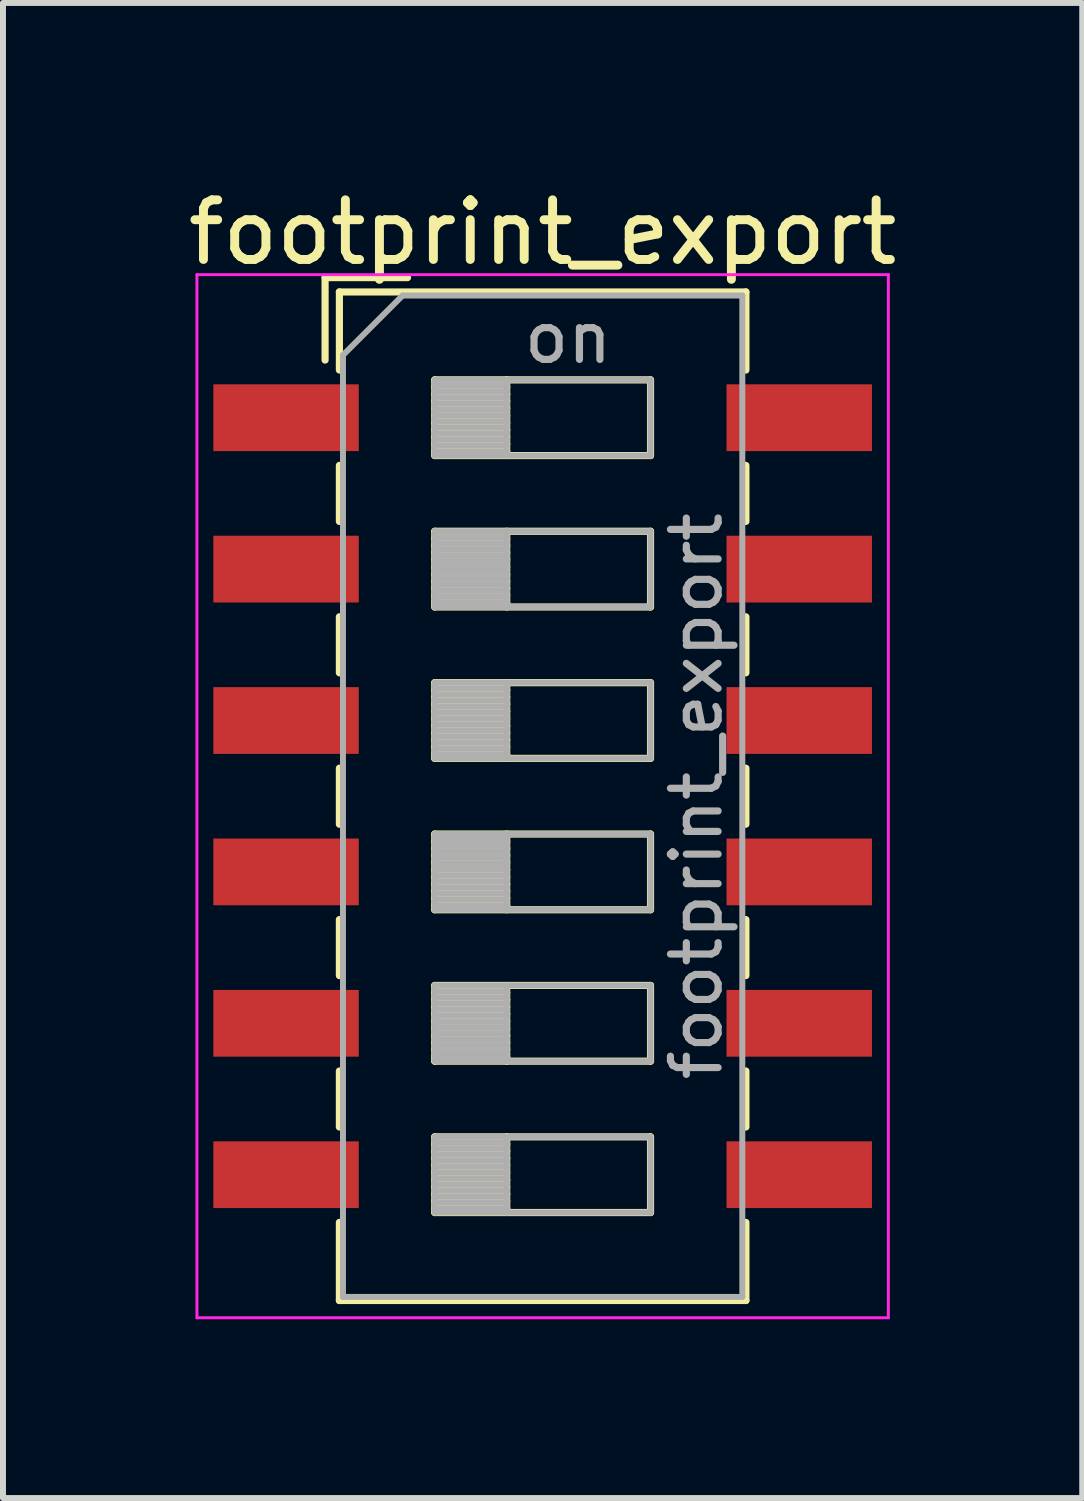
<source format=kicad_pcb>
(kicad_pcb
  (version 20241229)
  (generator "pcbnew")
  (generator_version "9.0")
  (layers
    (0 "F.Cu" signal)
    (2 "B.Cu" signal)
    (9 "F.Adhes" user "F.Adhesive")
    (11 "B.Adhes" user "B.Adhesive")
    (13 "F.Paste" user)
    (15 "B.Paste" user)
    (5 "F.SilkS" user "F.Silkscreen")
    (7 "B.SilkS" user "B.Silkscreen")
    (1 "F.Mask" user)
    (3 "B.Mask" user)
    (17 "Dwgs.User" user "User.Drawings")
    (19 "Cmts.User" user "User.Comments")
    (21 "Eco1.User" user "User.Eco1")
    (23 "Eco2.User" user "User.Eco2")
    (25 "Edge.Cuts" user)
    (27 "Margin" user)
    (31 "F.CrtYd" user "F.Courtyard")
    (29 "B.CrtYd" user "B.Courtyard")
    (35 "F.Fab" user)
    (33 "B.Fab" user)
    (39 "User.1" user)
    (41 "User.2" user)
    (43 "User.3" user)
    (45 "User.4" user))
  (footprint "footprint_export"
    (layer "F.Cu")
    (at 6.054 10.308)
    (property "Reference" "footprint_export" (at 0 -9.46 0) (layer "F.SilkS") (effects (font (size 1 1) (thickness 0.15))))
    (attr smd)
    (fp_line (start -3.65 -8.7) (end -3.65 -7.317) (stroke (width 0.12) (type solid)) (layer "F.SilkS"))
    (fp_line (start -3.65 -8.7) (end -2.267 -8.7) (stroke (width 0.12) (type solid)) (layer "F.SilkS"))
    (fp_line (start -3.41 -8.46) (end -3.41 -7.15) (stroke (width 0.12) (type solid)) (layer "F.SilkS"))
    (fp_line (start -3.41 -8.46) (end 3.41 -8.46) (stroke (width 0.12) (type solid)) (layer "F.SilkS"))
    (fp_line (start -3.41 -5.55) (end -3.41 -4.61) (stroke (width 0.12) (type solid)) (layer "F.SilkS"))
    (fp_line (start -3.41 -3.01) (end -3.41 -2.07) (stroke (width 0.12) (type solid)) (layer "F.SilkS"))
    (fp_line (start -3.41 -0.47) (end -3.41 0.47) (stroke (width 0.12) (type solid)) (layer "F.SilkS"))
    (fp_line (start -3.41 2.07) (end -3.41 3.01) (stroke (width 0.12) (type solid)) (layer "F.SilkS"))
    (fp_line (start -3.41 4.61) (end -3.41 5.55) (stroke (width 0.12) (type solid)) (layer "F.SilkS"))
    (fp_line (start -3.41 7.15) (end -3.41 8.461) (stroke (width 0.12) (type solid)) (layer "F.SilkS"))
    (fp_line (start -3.41 8.461) (end 3.41 8.461) (stroke (width 0.12) (type solid)) (layer "F.SilkS"))
    (fp_line (start -1.81 -6.985) (end -1.81 -5.715) (stroke (width 0.12) (type solid)) (layer "F.SilkS"))
    (fp_line (start -1.81 -6.865) (end -0.603 -6.865) (stroke (width 0.12) (type solid)) (layer "F.SilkS"))
    (fp_line (start -1.81 -6.745) (end -0.603 -6.745) (stroke (width 0.12) (type solid)) (layer "F.SilkS"))
    (fp_line (start -1.81 -6.625) (end -0.603 -6.625) (stroke (width 0.12) (type solid)) (layer "F.SilkS"))
    (fp_line (start -1.81 -6.505) (end -0.603 -6.505) (stroke (width 0.12) (type solid)) (layer "F.SilkS"))
    (fp_line (start -1.81 -6.385) (end -0.603 -6.385) (stroke (width 0.12) (type solid)) (layer "F.SilkS"))
    (fp_line (start -1.81 -6.265) (end -0.603 -6.265) (stroke (width 0.12) (type solid)) (layer "F.SilkS"))
    (fp_line (start -1.81 -6.145) (end -0.603 -6.145) (stroke (width 0.12) (type solid)) (layer "F.SilkS"))
    (fp_line (start -1.81 -6.025) (end -0.603 -6.025) (stroke (width 0.12) (type solid)) (layer "F.SilkS"))
    (fp_line (start -1.81 -5.905) (end -0.603 -5.905) (stroke (width 0.12) (type solid)) (layer "F.SilkS"))
    (fp_line (start -1.81 -5.785) (end -0.603 -5.785) (stroke (width 0.12) (type solid)) (layer "F.SilkS"))
    (fp_line (start -1.81 -5.715) (end 1.81 -5.715) (stroke (width 0.12) (type solid)) (layer "F.SilkS"))
    (fp_line (start -1.81 -4.445) (end -1.81 -3.175) (stroke (width 0.12) (type solid)) (layer "F.SilkS"))
    (fp_line (start -1.81 -4.325) (end -0.603 -4.325) (stroke (width 0.12) (type solid)) (layer "F.SilkS"))
    (fp_line (start -1.81 -4.205) (end -0.603 -4.205) (stroke (width 0.12) (type solid)) (layer "F.SilkS"))
    (fp_line (start -1.81 -4.085) (end -0.603 -4.085) (stroke (width 0.12) (type solid)) (layer "F.SilkS"))
    (fp_line (start -1.81 -3.965) (end -0.603 -3.965) (stroke (width 0.12) (type solid)) (layer "F.SilkS"))
    (fp_line (start -1.81 -3.845) (end -0.603 -3.845) (stroke (width 0.12) (type solid)) (layer "F.SilkS"))
    (fp_line (start -1.81 -3.725) (end -0.603 -3.725) (stroke (width 0.12) (type solid)) (layer "F.SilkS"))
    (fp_line (start -1.81 -3.605) (end -0.603 -3.605) (stroke (width 0.12) (type solid)) (layer "F.SilkS"))
    (fp_line (start -1.81 -3.485) (end -0.603 -3.485) (stroke (width 0.12) (type solid)) (layer "F.SilkS"))
    (fp_line (start -1.81 -3.365) (end -0.603 -3.365) (stroke (width 0.12) (type solid)) (layer "F.SilkS"))
    (fp_line (start -1.81 -3.245) (end -0.603 -3.245) (stroke (width 0.12) (type solid)) (layer "F.SilkS"))
    (fp_line (start -1.81 -3.175) (end 1.81 -3.175) (stroke (width 0.12) (type solid)) (layer "F.SilkS"))
    (fp_line (start -1.81 -1.905) (end -1.81 -0.635) (stroke (width 0.12) (type solid)) (layer "F.SilkS"))
    (fp_line (start -1.81 -1.785) (end -0.603 -1.785) (stroke (width 0.12) (type solid)) (layer "F.SilkS"))
    (fp_line (start -1.81 -1.665) (end -0.603 -1.665) (stroke (width 0.12) (type solid)) (layer "F.SilkS"))
    (fp_line (start -1.81 -1.545) (end -0.603 -1.545) (stroke (width 0.12) (type solid)) (layer "F.SilkS"))
    (fp_line (start -1.81 -1.425) (end -0.603 -1.425) (stroke (width 0.12) (type solid)) (layer "F.SilkS"))
    (fp_line (start -1.81 -1.305) (end -0.603 -1.305) (stroke (width 0.12) (type solid)) (layer "F.SilkS"))
    (fp_line (start -1.81 -1.185) (end -0.603 -1.185) (stroke (width 0.12) (type solid)) (layer "F.SilkS"))
    (fp_line (start -1.81 -1.065) (end -0.603 -1.065) (stroke (width 0.12) (type solid)) (layer "F.SilkS"))
    (fp_line (start -1.81 -0.945) (end -0.603 -0.945) (stroke (width 0.12) (type solid)) (layer "F.SilkS"))
    (fp_line (start -1.81 -0.825) (end -0.603 -0.825) (stroke (width 0.12) (type solid)) (layer "F.SilkS"))
    (fp_line (start -1.81 -0.705) (end -0.603 -0.705) (stroke (width 0.12) (type solid)) (layer "F.SilkS"))
    (fp_line (start -1.81 -0.635) (end 1.81 -0.635) (stroke (width 0.12) (type solid)) (layer "F.SilkS"))
    (fp_line (start -1.81 0.635) (end -1.81 1.905) (stroke (width 0.12) (type solid)) (layer "F.SilkS"))
    (fp_line (start -1.81 0.755) (end -0.603 0.755) (stroke (width 0.12) (type solid)) (layer "F.SilkS"))
    (fp_line (start -1.81 0.875) (end -0.603 0.875) (stroke (width 0.12) (type solid)) (layer "F.SilkS"))
    (fp_line (start -1.81 0.995) (end -0.603 0.995) (stroke (width 0.12) (type solid)) (layer "F.SilkS"))
    (fp_line (start -1.81 1.115) (end -0.603 1.115) (stroke (width 0.12) (type solid)) (layer "F.SilkS"))
    (fp_line (start -1.81 1.235) (end -0.603 1.235) (stroke (width 0.12) (type solid)) (layer "F.SilkS"))
    (fp_line (start -1.81 1.355) (end -0.603 1.355) (stroke (width 0.12) (type solid)) (layer "F.SilkS"))
    (fp_line (start -1.81 1.475) (end -0.603 1.475) (stroke (width 0.12) (type solid)) (layer "F.SilkS"))
    (fp_line (start -1.81 1.595) (end -0.603 1.595) (stroke (width 0.12) (type solid)) (layer "F.SilkS"))
    (fp_line (start -1.81 1.715) (end -0.603 1.715) (stroke (width 0.12) (type solid)) (layer "F.SilkS"))
    (fp_line (start -1.81 1.835) (end -0.603 1.835) (stroke (width 0.12) (type solid)) (layer "F.SilkS"))
    (fp_line (start -1.81 1.905) (end 1.81 1.905) (stroke (width 0.12) (type solid)) (layer "F.SilkS"))
    (fp_line (start -1.81 3.175) (end -1.81 4.445) (stroke (width 0.12) (type solid)) (layer "F.SilkS"))
    (fp_line (start -1.81 3.295) (end -0.603 3.295) (stroke (width 0.12) (type solid)) (layer "F.SilkS"))
    (fp_line (start -1.81 3.415) (end -0.603 3.415) (stroke (width 0.12) (type solid)) (layer "F.SilkS"))
    (fp_line (start -1.81 3.535) (end -0.603 3.535) (stroke (width 0.12) (type solid)) (layer "F.SilkS"))
    (fp_line (start -1.81 3.655) (end -0.603 3.655) (stroke (width 0.12) (type solid)) (layer "F.SilkS"))
    (fp_line (start -1.81 3.775) (end -0.603 3.775) (stroke (width 0.12) (type solid)) (layer "F.SilkS"))
    (fp_line (start -1.81 3.895) (end -0.603 3.895) (stroke (width 0.12) (type solid)) (layer "F.SilkS"))
    (fp_line (start -1.81 4.015) (end -0.603 4.015) (stroke (width 0.12) (type solid)) (layer "F.SilkS"))
    (fp_line (start -1.81 4.135) (end -0.603 4.135) (stroke (width 0.12) (type solid)) (layer "F.SilkS"))
    (fp_line (start -1.81 4.255) (end -0.603 4.255) (stroke (width 0.12) (type solid)) (layer "F.SilkS"))
    (fp_line (start -1.81 4.375) (end -0.603 4.375) (stroke (width 0.12) (type solid)) (layer "F.SilkS"))
    (fp_line (start -1.81 4.445) (end 1.81 4.445) (stroke (width 0.12) (type solid)) (layer "F.SilkS"))
    (fp_line (start -1.81 5.715) (end -1.81 6.985) (stroke (width 0.12) (type solid)) (layer "F.SilkS"))
    (fp_line (start -1.81 5.835) (end -0.603 5.835) (stroke (width 0.12) (type solid)) (layer "F.SilkS"))
    (fp_line (start -1.81 5.955) (end -0.603 5.955) (stroke (width 0.12) (type solid)) (layer "F.SilkS"))
    (fp_line (start -1.81 6.075) (end -0.603 6.075) (stroke (width 0.12) (type solid)) (layer "F.SilkS"))
    (fp_line (start -1.81 6.195) (end -0.603 6.195) (stroke (width 0.12) (type solid)) (layer "F.SilkS"))
    (fp_line (start -1.81 6.315) (end -0.603 6.315) (stroke (width 0.12) (type solid)) (layer "F.SilkS"))
    (fp_line (start -1.81 6.435) (end -0.603 6.435) (stroke (width 0.12) (type solid)) (layer "F.SilkS"))
    (fp_line (start -1.81 6.555) (end -0.603 6.555) (stroke (width 0.12) (type solid)) (layer "F.SilkS"))
    (fp_line (start -1.81 6.675) (end -0.603 6.675) (stroke (width 0.12) (type solid)) (layer "F.SilkS"))
    (fp_line (start -1.81 6.795) (end -0.603 6.795) (stroke (width 0.12) (type solid)) (layer "F.SilkS"))
    (fp_line (start -1.81 6.915) (end -0.603 6.915) (stroke (width 0.12) (type solid)) (layer "F.SilkS"))
    (fp_line (start -1.81 6.985) (end 1.81 6.985) (stroke (width 0.12) (type solid)) (layer "F.SilkS"))
    (fp_line (start -0.603 -6.985) (end -0.603 -5.715) (stroke (width 0.12) (type solid)) (layer "F.SilkS"))
    (fp_line (start -0.603 -4.445) (end -0.603 -3.175) (stroke (width 0.12) (type solid)) (layer "F.SilkS"))
    (fp_line (start -0.603 -1.905) (end -0.603 -0.635) (stroke (width 0.12) (type solid)) (layer "F.SilkS"))
    (fp_line (start -0.603 0.635) (end -0.603 1.905) (stroke (width 0.12) (type solid)) (layer "F.SilkS"))
    (fp_line (start -0.603 3.175) (end -0.603 4.445) (stroke (width 0.12) (type solid)) (layer "F.SilkS"))
    (fp_line (start -0.603 5.715) (end -0.603 6.985) (stroke (width 0.12) (type solid)) (layer "F.SilkS"))
    (fp_line (start 1.81 -6.985) (end -1.81 -6.985) (stroke (width 0.12) (type solid)) (layer "F.SilkS"))
    (fp_line (start 1.81 -5.715) (end 1.81 -6.985) (stroke (width 0.12) (type solid)) (layer "F.SilkS"))
    (fp_line (start 1.81 -4.445) (end -1.81 -4.445) (stroke (width 0.12) (type solid)) (layer "F.SilkS"))
    (fp_line (start 1.81 -3.175) (end 1.81 -4.445) (stroke (width 0.12) (type solid)) (layer "F.SilkS"))
    (fp_line (start 1.81 -1.905) (end -1.81 -1.905) (stroke (width 0.12) (type solid)) (layer "F.SilkS"))
    (fp_line (start 1.81 -0.635) (end 1.81 -1.905) (stroke (width 0.12) (type solid)) (layer "F.SilkS"))
    (fp_line (start 1.81 0.635) (end -1.81 0.635) (stroke (width 0.12) (type solid)) (layer "F.SilkS"))
    (fp_line (start 1.81 1.905) (end 1.81 0.635) (stroke (width 0.12) (type solid)) (layer "F.SilkS"))
    (fp_line (start 1.81 3.175) (end -1.81 3.175) (stroke (width 0.12) (type solid)) (layer "F.SilkS"))
    (fp_line (start 1.81 4.445) (end 1.81 3.175) (stroke (width 0.12) (type solid)) (layer "F.SilkS"))
    (fp_line (start 1.81 5.715) (end -1.81 5.715) (stroke (width 0.12) (type solid)) (layer "F.SilkS"))
    (fp_line (start 1.81 6.985) (end 1.81 5.715) (stroke (width 0.12) (type solid)) (layer "F.SilkS"))
    (fp_line (start 3.41 -8.46) (end 3.41 -7.15) (stroke (width 0.12) (type solid)) (layer "F.SilkS"))
    (fp_line (start 3.41 -5.55) (end 3.41 -4.61) (stroke (width 0.12) (type solid)) (layer "F.SilkS"))
    (fp_line (start 3.41 -3.01) (end 3.41 -2.07) (stroke (width 0.12) (type solid)) (layer "F.SilkS"))
    (fp_line (start 3.41 -0.47) (end 3.41 0.47) (stroke (width 0.12) (type solid)) (layer "F.SilkS"))
    (fp_line (start 3.41 2.07) (end 3.41 3.01) (stroke (width 0.12) (type solid)) (layer "F.SilkS"))
    (fp_line (start 3.41 4.61) (end 3.41 5.55) (stroke (width 0.12) (type solid)) (layer "F.SilkS"))
    (fp_line (start 3.41 7.15) (end 3.41 8.461) (stroke (width 0.12) (type solid)) (layer "F.SilkS"))
    (fp_line (start -5.8 -8.75) (end -5.8 8.75) (stroke (width 0.05) (type solid)) (layer "F.CrtYd"))
    (fp_line (start -5.8 8.75) (end 5.8 8.75) (stroke (width 0.05) (type solid)) (layer "F.CrtYd"))
    (fp_line (start 5.8 -8.75) (end -5.8 -8.75) (stroke (width 0.05) (type solid)) (layer "F.CrtYd"))
    (fp_line (start 5.8 8.75) (end 5.8 -8.75) (stroke (width 0.05) (type solid)) (layer "F.CrtYd"))
    (fp_line (start -3.35 -7.4) (end -2.35 -8.4) (stroke (width 0.1) (type solid)) (layer "F.Fab"))
    (fp_line (start -3.35 8.4) (end -3.35 -7.4) (stroke (width 0.1) (type solid)) (layer "F.Fab"))
    (fp_line (start -2.35 -8.4) (end 3.35 -8.4) (stroke (width 0.1) (type solid)) (layer "F.Fab"))
    (fp_line (start -1.81 -6.985) (end -1.81 -5.715) (stroke (width 0.1) (type solid)) (layer "F.Fab"))
    (fp_line (start -1.81 -6.885) (end -0.603 -6.885) (stroke (width 0.1) (type solid)) (layer "F.Fab"))
    (fp_line (start -1.81 -6.785) (end -0.603 -6.785) (stroke (width 0.1) (type solid)) (layer "F.Fab"))
    (fp_line (start -1.81 -6.685) (end -0.603 -6.685) (stroke (width 0.1) (type solid)) (layer "F.Fab"))
    (fp_line (start -1.81 -6.585) (end -0.603 -6.585) (stroke (width 0.1) (type solid)) (layer "F.Fab"))
    (fp_line (start -1.81 -6.485) (end -0.603 -6.485) (stroke (width 0.1) (type solid)) (layer "F.Fab"))
    (fp_line (start -1.81 -6.385) (end -0.603 -6.385) (stroke (width 0.1) (type solid)) (layer "F.Fab"))
    (fp_line (start -1.81 -6.285) (end -0.603 -6.285) (stroke (width 0.1) (type solid)) (layer "F.Fab"))
    (fp_line (start -1.81 -6.185) (end -0.603 -6.185) (stroke (width 0.1) (type solid)) (layer "F.Fab"))
    (fp_line (start -1.81 -6.085) (end -0.603 -6.085) (stroke (width 0.1) (type solid)) (layer "F.Fab"))
    (fp_line (start -1.81 -5.985) (end -0.603 -5.985) (stroke (width 0.1) (type solid)) (layer "F.Fab"))
    (fp_line (start -1.81 -5.885) (end -0.603 -5.885) (stroke (width 0.1) (type solid)) (layer "F.Fab"))
    (fp_line (start -1.81 -5.785) (end -0.603 -5.785) (stroke (width 0.1) (type solid)) (layer "F.Fab"))
    (fp_line (start -1.81 -5.715) (end 1.81 -5.715) (stroke (width 0.1) (type solid)) (layer "F.Fab"))
    (fp_line (start -1.81 -4.445) (end -1.81 -3.175) (stroke (width 0.1) (type solid)) (layer "F.Fab"))
    (fp_line (start -1.81 -4.345) (end -0.603 -4.345) (stroke (width 0.1) (type solid)) (layer "F.Fab"))
    (fp_line (start -1.81 -4.245) (end -0.603 -4.245) (stroke (width 0.1) (type solid)) (layer "F.Fab"))
    (fp_line (start -1.81 -4.145) (end -0.603 -4.145) (stroke (width 0.1) (type solid)) (layer "F.Fab"))
    (fp_line (start -1.81 -4.045) (end -0.603 -4.045) (stroke (width 0.1) (type solid)) (layer "F.Fab"))
    (fp_line (start -1.81 -3.945) (end -0.603 -3.945) (stroke (width 0.1) (type solid)) (layer "F.Fab"))
    (fp_line (start -1.81 -3.845) (end -0.603 -3.845) (stroke (width 0.1) (type solid)) (layer "F.Fab"))
    (fp_line (start -1.81 -3.745) (end -0.603 -3.745) (stroke (width 0.1) (type solid)) (layer "F.Fab"))
    (fp_line (start -1.81 -3.645) (end -0.603 -3.645) (stroke (width 0.1) (type solid)) (layer "F.Fab"))
    (fp_line (start -1.81 -3.545) (end -0.603 -3.545) (stroke (width 0.1) (type solid)) (layer "F.Fab"))
    (fp_line (start -1.81 -3.445) (end -0.603 -3.445) (stroke (width 0.1) (type solid)) (layer "F.Fab"))
    (fp_line (start -1.81 -3.345) (end -0.603 -3.345) (stroke (width 0.1) (type solid)) (layer "F.Fab"))
    (fp_line (start -1.81 -3.245) (end -0.603 -3.245) (stroke (width 0.1) (type solid)) (layer "F.Fab"))
    (fp_line (start -1.81 -3.175) (end 1.81 -3.175) (stroke (width 0.1) (type solid)) (layer "F.Fab"))
    (fp_line (start -1.81 -1.905) (end -1.81 -0.635) (stroke (width 0.1) (type solid)) (layer "F.Fab"))
    (fp_line (start -1.81 -1.805) (end -0.603 -1.805) (stroke (width 0.1) (type solid)) (layer "F.Fab"))
    (fp_line (start -1.81 -1.705) (end -0.603 -1.705) (stroke (width 0.1) (type solid)) (layer "F.Fab"))
    (fp_line (start -1.81 -1.605) (end -0.603 -1.605) (stroke (width 0.1) (type solid)) (layer "F.Fab"))
    (fp_line (start -1.81 -1.505) (end -0.603 -1.505) (stroke (width 0.1) (type solid)) (layer "F.Fab"))
    (fp_line (start -1.81 -1.405) (end -0.603 -1.405) (stroke (width 0.1) (type solid)) (layer "F.Fab"))
    (fp_line (start -1.81 -1.305) (end -0.603 -1.305) (stroke (width 0.1) (type solid)) (layer "F.Fab"))
    (fp_line (start -1.81 -1.205) (end -0.603 -1.205) (stroke (width 0.1) (type solid)) (layer "F.Fab"))
    (fp_line (start -1.81 -1.105) (end -0.603 -1.105) (stroke (width 0.1) (type solid)) (layer "F.Fab"))
    (fp_line (start -1.81 -1.005) (end -0.603 -1.005) (stroke (width 0.1) (type solid)) (layer "F.Fab"))
    (fp_line (start -1.81 -0.905) (end -0.603 -0.905) (stroke (width 0.1) (type solid)) (layer "F.Fab"))
    (fp_line (start -1.81 -0.805) (end -0.603 -0.805) (stroke (width 0.1) (type solid)) (layer "F.Fab"))
    (fp_line (start -1.81 -0.705) (end -0.603 -0.705) (stroke (width 0.1) (type solid)) (layer "F.Fab"))
    (fp_line (start -1.81 -0.635) (end 1.81 -0.635) (stroke (width 0.1) (type solid)) (layer "F.Fab"))
    (fp_line (start -1.81 0.635) (end -1.81 1.905) (stroke (width 0.1) (type solid)) (layer "F.Fab"))
    (fp_line (start -1.81 0.735) (end -0.603 0.735) (stroke (width 0.1) (type solid)) (layer "F.Fab"))
    (fp_line (start -1.81 0.835) (end -0.603 0.835) (stroke (width 0.1) (type solid)) (layer "F.Fab"))
    (fp_line (start -1.81 0.935) (end -0.603 0.935) (stroke (width 0.1) (type solid)) (layer "F.Fab"))
    (fp_line (start -1.81 1.035) (end -0.603 1.035) (stroke (width 0.1) (type solid)) (layer "F.Fab"))
    (fp_line (start -1.81 1.135) (end -0.603 1.135) (stroke (width 0.1) (type solid)) (layer "F.Fab"))
    (fp_line (start -1.81 1.235) (end -0.603 1.235) (stroke (width 0.1) (type solid)) (layer "F.Fab"))
    (fp_line (start -1.81 1.335) (end -0.603 1.335) (stroke (width 0.1) (type solid)) (layer "F.Fab"))
    (fp_line (start -1.81 1.435) (end -0.603 1.435) (stroke (width 0.1) (type solid)) (layer "F.Fab"))
    (fp_line (start -1.81 1.535) (end -0.603 1.535) (stroke (width 0.1) (type solid)) (layer "F.Fab"))
    (fp_line (start -1.81 1.635) (end -0.603 1.635) (stroke (width 0.1) (type solid)) (layer "F.Fab"))
    (fp_line (start -1.81 1.735) (end -0.603 1.735) (stroke (width 0.1) (type solid)) (layer "F.Fab"))
    (fp_line (start -1.81 1.835) (end -0.603 1.835) (stroke (width 0.1) (type solid)) (layer "F.Fab"))
    (fp_line (start -1.81 1.905) (end 1.81 1.905) (stroke (width 0.1) (type solid)) (layer "F.Fab"))
    (fp_line (start -1.81 3.175) (end -1.81 4.445) (stroke (width 0.1) (type solid)) (layer "F.Fab"))
    (fp_line (start -1.81 3.275) (end -0.603 3.275) (stroke (width 0.1) (type solid)) (layer "F.Fab"))
    (fp_line (start -1.81 3.375) (end -0.603 3.375) (stroke (width 0.1) (type solid)) (layer "F.Fab"))
    (fp_line (start -1.81 3.475) (end -0.603 3.475) (stroke (width 0.1) (type solid)) (layer "F.Fab"))
    (fp_line (start -1.81 3.575) (end -0.603 3.575) (stroke (width 0.1) (type solid)) (layer "F.Fab"))
    (fp_line (start -1.81 3.675) (end -0.603 3.675) (stroke (width 0.1) (type solid)) (layer "F.Fab"))
    (fp_line (start -1.81 3.775) (end -0.603 3.775) (stroke (width 0.1) (type solid)) (layer "F.Fab"))
    (fp_line (start -1.81 3.875) (end -0.603 3.875) (stroke (width 0.1) (type solid)) (layer "F.Fab"))
    (fp_line (start -1.81 3.975) (end -0.603 3.975) (stroke (width 0.1) (type solid)) (layer "F.Fab"))
    (fp_line (start -1.81 4.075) (end -0.603 4.075) (stroke (width 0.1) (type solid)) (layer "F.Fab"))
    (fp_line (start -1.81 4.175) (end -0.603 4.175) (stroke (width 0.1) (type solid)) (layer "F.Fab"))
    (fp_line (start -1.81 4.275) (end -0.603 4.275) (stroke (width 0.1) (type solid)) (layer "F.Fab"))
    (fp_line (start -1.81 4.375) (end -0.603 4.375) (stroke (width 0.1) (type solid)) (layer "F.Fab"))
    (fp_line (start -1.81 4.445) (end 1.81 4.445) (stroke (width 0.1) (type solid)) (layer "F.Fab"))
    (fp_line (start -1.81 5.715) (end -1.81 6.985) (stroke (width 0.1) (type solid)) (layer "F.Fab"))
    (fp_line (start -1.81 5.815) (end -0.603 5.815) (stroke (width 0.1) (type solid)) (layer "F.Fab"))
    (fp_line (start -1.81 5.915) (end -0.603 5.915) (stroke (width 0.1) (type solid)) (layer "F.Fab"))
    (fp_line (start -1.81 6.015) (end -0.603 6.015) (stroke (width 0.1) (type solid)) (layer "F.Fab"))
    (fp_line (start -1.81 6.115) (end -0.603 6.115) (stroke (width 0.1) (type solid)) (layer "F.Fab"))
    (fp_line (start -1.81 6.215) (end -0.603 6.215) (stroke (width 0.1) (type solid)) (layer "F.Fab"))
    (fp_line (start -1.81 6.315) (end -0.603 6.315) (stroke (width 0.1) (type solid)) (layer "F.Fab"))
    (fp_line (start -1.81 6.415) (end -0.603 6.415) (stroke (width 0.1) (type solid)) (layer "F.Fab"))
    (fp_line (start -1.81 6.515) (end -0.603 6.515) (stroke (width 0.1) (type solid)) (layer "F.Fab"))
    (fp_line (start -1.81 6.615) (end -0.603 6.615) (stroke (width 0.1) (type solid)) (layer "F.Fab"))
    (fp_line (start -1.81 6.715) (end -0.603 6.715) (stroke (width 0.1) (type solid)) (layer "F.Fab"))
    (fp_line (start -1.81 6.815) (end -0.603 6.815) (stroke (width 0.1) (type solid)) (layer "F.Fab"))
    (fp_line (start -1.81 6.915) (end -0.603 6.915) (stroke (width 0.1) (type solid)) (layer "F.Fab"))
    (fp_line (start -1.81 6.985) (end 1.81 6.985) (stroke (width 0.1) (type solid)) (layer "F.Fab"))
    (fp_line (start -0.603 -6.985) (end -0.603 -5.715) (stroke (width 0.1) (type solid)) (layer "F.Fab"))
    (fp_line (start -0.603 -4.445) (end -0.603 -3.175) (stroke (width 0.1) (type solid)) (layer "F.Fab"))
    (fp_line (start -0.603 -1.905) (end -0.603 -0.635) (stroke (width 0.1) (type solid)) (layer "F.Fab"))
    (fp_line (start -0.603 0.635) (end -0.603 1.905) (stroke (width 0.1) (type solid)) (layer "F.Fab"))
    (fp_line (start -0.603 3.175) (end -0.603 4.445) (stroke (width 0.1) (type solid)) (layer "F.Fab"))
    (fp_line (start -0.603 5.715) (end -0.603 6.985) (stroke (width 0.1) (type solid)) (layer "F.Fab"))
    (fp_line (start 1.81 -6.985) (end -1.81 -6.985) (stroke (width 0.1) (type solid)) (layer "F.Fab"))
    (fp_line (start 1.81 -5.715) (end 1.81 -6.985) (stroke (width 0.1) (type solid)) (layer "F.Fab"))
    (fp_line (start 1.81 -4.445) (end -1.81 -4.445) (stroke (width 0.1) (type solid)) (layer "F.Fab"))
    (fp_line (start 1.81 -3.175) (end 1.81 -4.445) (stroke (width 0.1) (type solid)) (layer "F.Fab"))
    (fp_line (start 1.81 -1.905) (end -1.81 -1.905) (stroke (width 0.1) (type solid)) (layer "F.Fab"))
    (fp_line (start 1.81 -0.635) (end 1.81 -1.905) (stroke (width 0.1) (type solid)) (layer "F.Fab"))
    (fp_line (start 1.81 0.635) (end -1.81 0.635) (stroke (width 0.1) (type solid)) (layer "F.Fab"))
    (fp_line (start 1.81 1.905) (end 1.81 0.635) (stroke (width 0.1) (type solid)) (layer "F.Fab"))
    (fp_line (start 1.81 3.175) (end -1.81 3.175) (stroke (width 0.1) (type solid)) (layer "F.Fab"))
    (fp_line (start 1.81 4.445) (end 1.81 3.175) (stroke (width 0.1) (type solid)) (layer "F.Fab"))
    (fp_line (start 1.81 5.715) (end -1.81 5.715) (stroke (width 0.1) (type solid)) (layer "F.Fab"))
    (fp_line (start 1.81 6.985) (end 1.81 5.715) (stroke (width 0.1) (type solid)) (layer "F.Fab"))
    (fp_line (start 3.35 -8.4) (end 3.35 8.4) (stroke (width 0.1) (type solid)) (layer "F.Fab"))
    (fp_line (start 3.35 8.4) (end -3.35 8.4) (stroke (width 0.1) (type solid)) (layer "F.Fab"))
    (fp_text user "${REFERENCE}" (at 2.58 0 90) (layer "F.Fab") (effects (font (size 0.8 0.8) (thickness 0.12))))
    (fp_text user "on" (at 0.427 -7.692 0) (layer "F.Fab") (effects (font (size 0.8 0.8) (thickness 0.12))))
    (pad "1" smd rect (at -4.305 -6.35) (size 2.44 1.12) (layers "F.Cu" "F.Mask" "F.Paste"))
    (pad "2" smd rect (at -4.305 -3.81) (size 2.44 1.12) (layers "F.Cu" "F.Mask" "F.Paste"))
    (pad "3" smd rect (at -4.305 -1.27) (size 2.44 1.12) (layers "F.Cu" "F.Mask" "F.Paste"))
    (pad "4" smd rect (at -4.305 1.27) (size 2.44 1.12) (layers "F.Cu" "F.Mask" "F.Paste"))
    (pad "5" smd rect (at -4.305 3.81) (size 2.44 1.12) (layers "F.Cu" "F.Mask" "F.Paste"))
    (pad "6" smd rect (at -4.305 6.35) (size 2.44 1.12) (layers "F.Cu" "F.Mask" "F.Paste"))
    (pad "7" smd rect (at 4.305 6.35) (size 2.44 1.12) (layers "F.Cu" "F.Mask" "F.Paste"))
    (pad "8" smd rect (at 4.305 3.81) (size 2.44 1.12) (layers "F.Cu" "F.Mask" "F.Paste"))
    (pad "9" smd rect (at 4.305 1.27) (size 2.44 1.12) (layers "F.Cu" "F.Mask" "F.Paste"))
    (pad "10" smd rect (at 4.305 -1.27) (size 2.44 1.12) (layers "F.Cu" "F.Mask" "F.Paste"))
    (pad "11" smd rect (at 4.305 -3.81) (size 2.44 1.12) (layers "F.Cu" "F.Mask" "F.Paste"))
    (pad "12" smd rect (at 4.305 -6.35) (size 2.44 1.12) (layers "F.Cu" "F.Mask" "F.Paste")))
  (gr_rect
    (start -3 -3)
    (end 15.107 22.083)
    (stroke (width 0.1) (type default))
    (fill no)
    (layer "Edge.Cuts")))
</source>
